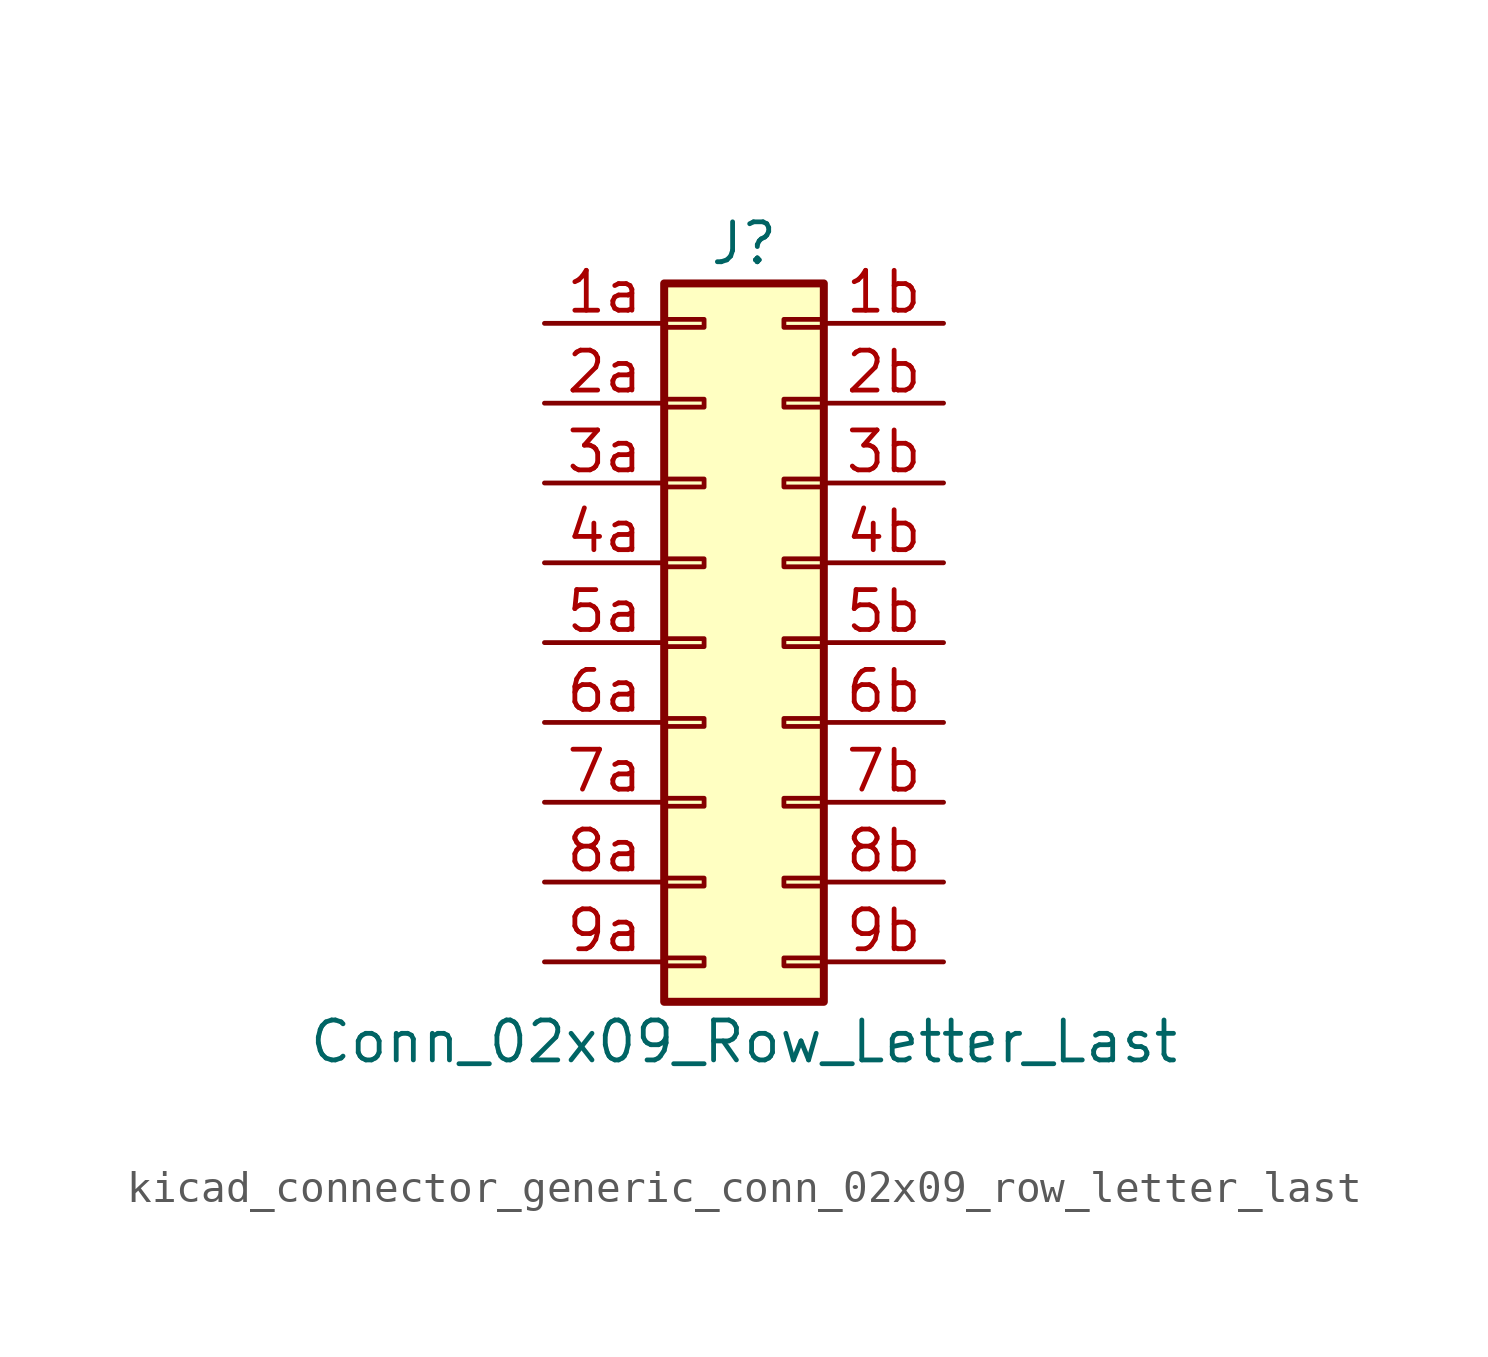
<source format=kicad_sym>
(kicad_symbol_lib
  (version 20220914)
  (generator kicad_symbol_editor)
  (symbol "kicad_connector_generic_conn_02x09_row_letter_last"
    (pin_names
      (offset 1.016) hide)
    (property "Reference" "J"
      (at 1.27 12.7 0)
      (effects (font (size 1.27 1.27))))
    (property "Value" "Conn_02x09_Row_Letter_Last"
      (at 1.27 -12.7 0)
      (effects (font (size 1.27 1.27))))
    (symbol "kicad_connector_generic_conn_02x09_row_letter_last_1_1"
      (rectangle (start -1.27 -10.033) (end 0 -10.287) (stroke (width 0.152) (type default)) (fill (type none)))
      (rectangle (start -1.27 -7.493) (end 0 -7.747) (stroke (width 0.152) (type default)) (fill (type none)))
      (rectangle (start -1.27 -4.953) (end 0 -5.207) (stroke (width 0.152) (type default)) (fill (type none)))
      (rectangle (start -1.27 -2.413) (end 0 -2.667) (stroke (width 0.152) (type default)) (fill (type none)))
      (rectangle (start -1.27 0.127) (end 0 -0.127) (stroke (width 0.152) (type default)) (fill (type none)))
      (rectangle (start -1.27 2.667) (end 0 2.413) (stroke (width 0.152) (type default)) (fill (type none)))
      (rectangle (start -1.27 5.207) (end 0 4.953) (stroke (width 0.152) (type default)) (fill (type none)))
      (rectangle (start -1.27 7.747) (end 0 7.493) (stroke (width 0.152) (type default)) (fill (type none)))
      (rectangle (start -1.27 10.287) (end 0 10.033) (stroke (width 0.152) (type default)) (fill (type none)))
      (rectangle (start -1.27 11.43) (end 3.81 -11.43) (stroke (width 0.254) (type default)) (fill (type background)))
      (rectangle (start 3.81 -10.033) (end 2.54 -10.287) (stroke (width 0.152) (type default)) (fill (type none)))
      (rectangle (start 3.81 -7.493) (end 2.54 -7.747) (stroke (width 0.152) (type default)) (fill (type none)))
      (rectangle (start 3.81 -4.953) (end 2.54 -5.207) (stroke (width 0.152) (type default)) (fill (type none)))
      (rectangle (start 3.81 -2.413) (end 2.54 -2.667) (stroke (width 0.152) (type default)) (fill (type none)))
      (rectangle (start 3.81 0.127) (end 2.54 -0.127) (stroke (width 0.152) (type default)) (fill (type none)))
      (rectangle (start 3.81 2.667) (end 2.54 2.413) (stroke (width 0.152) (type default)) (fill (type none)))
      (rectangle (start 3.81 5.207) (end 2.54 4.953) (stroke (width 0.152) (type default)) (fill (type none)))
      (rectangle (start 3.81 7.747) (end 2.54 7.493) (stroke (width 0.152) (type default)) (fill (type none)))
      (rectangle (start 3.81 10.287) (end 2.54 10.033) (stroke (width 0.152) (type default)) (fill (type none)))
      (pin passive line (at -5.08 10.16 0) (length 3.81) (name "Pin_1a" (effects (font (size 1.27 1.27)))) (number "1a" (effects (font (size 1.27 1.27)))))
      (pin passive line (at 7.62 10.16 180) (length 3.81) (name "Pin_1b" (effects (font (size 1.27 1.27)))) (number "1b" (effects (font (size 1.27 1.27)))))
      (pin passive line (at -5.08 7.62 0) (length 3.81) (name "Pin_2a" (effects (font (size 1.27 1.27)))) (number "2a" (effects (font (size 1.27 1.27)))))
      (pin passive line (at 7.62 7.62 180) (length 3.81) (name "Pin_2b" (effects (font (size 1.27 1.27)))) (number "2b" (effects (font (size 1.27 1.27)))))
      (pin passive line (at -5.08 5.08 0) (length 3.81) (name "Pin_3a" (effects (font (size 1.27 1.27)))) (number "3a" (effects (font (size 1.27 1.27)))))
      (pin passive line (at 7.62 5.08 180) (length 3.81) (name "Pin_3b" (effects (font (size 1.27 1.27)))) (number "3b" (effects (font (size 1.27 1.27)))))
      (pin passive line (at -5.08 2.54 0) (length 3.81) (name "Pin_4a" (effects (font (size 1.27 1.27)))) (number "4a" (effects (font (size 1.27 1.27)))))
      (pin passive line (at 7.62 2.54 180) (length 3.81) (name "Pin_4b" (effects (font (size 1.27 1.27)))) (number "4b" (effects (font (size 1.27 1.27)))))
      (pin passive line (at -5.08 0 0) (length 3.81) (name "Pin_5a" (effects (font (size 1.27 1.27)))) (number "5a" (effects (font (size 1.27 1.27)))))
      (pin passive line (at 7.62 0 180) (length 3.81) (name "Pin_5b" (effects (font (size 1.27 1.27)))) (number "5b" (effects (font (size 1.27 1.27)))))
      (pin passive line (at -5.08 -2.54 0) (length 3.81) (name "Pin_6a" (effects (font (size 1.27 1.27)))) (number "6a" (effects (font (size 1.27 1.27)))))
      (pin passive line (at 7.62 -2.54 180) (length 3.81) (name "Pin_6b" (effects (font (size 1.27 1.27)))) (number "6b" (effects (font (size 1.27 1.27)))))
      (pin passive line (at -5.08 -5.08 0) (length 3.81) (name "Pin_7a" (effects (font (size 1.27 1.27)))) (number "7a" (effects (font (size 1.27 1.27)))))
      (pin passive line (at 7.62 -5.08 180) (length 3.81) (name "Pin_7b" (effects (font (size 1.27 1.27)))) (number "7b" (effects (font (size 1.27 1.27)))))
      (pin passive line (at -5.08 -7.62 0) (length 3.81) (name "Pin_8a" (effects (font (size 1.27 1.27)))) (number "8a" (effects (font (size 1.27 1.27)))))
      (pin passive line (at 7.62 -7.62 180) (length 3.81) (name "Pin_8b" (effects (font (size 1.27 1.27)))) (number "8b" (effects (font (size 1.27 1.27)))))
      (pin passive line (at -5.08 -10.16 0) (length 3.81) (name "Pin_9a" (effects (font (size 1.27 1.27)))) (number "9a" (effects (font (size 1.27 1.27)))))
      (pin passive line (at 7.62 -10.16 180) (length 3.81) (name "Pin_9b" (effects (font (size 1.27 1.27)))) (number "9b" (effects (font (size 1.27 1.27))))))))
</source>
